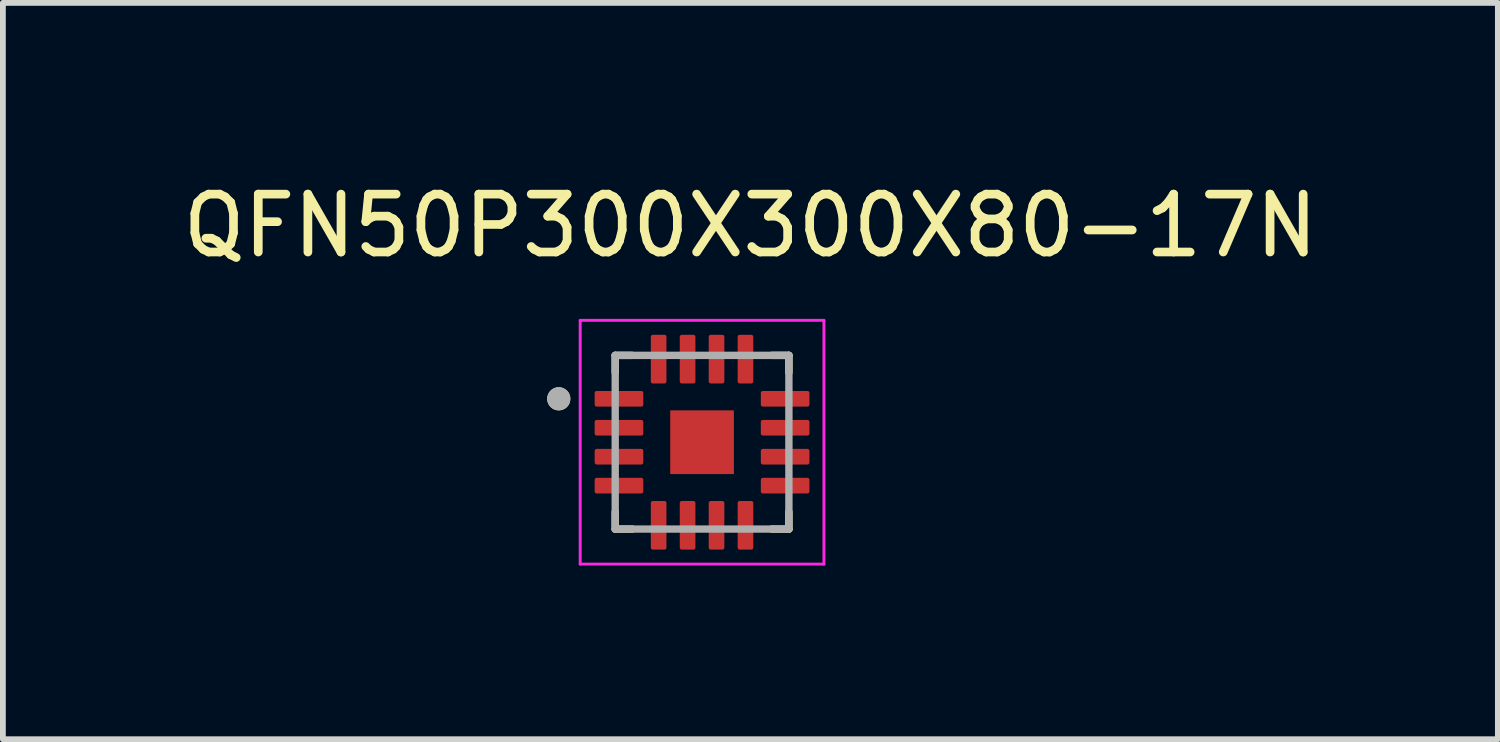
<source format=kicad_pcb>
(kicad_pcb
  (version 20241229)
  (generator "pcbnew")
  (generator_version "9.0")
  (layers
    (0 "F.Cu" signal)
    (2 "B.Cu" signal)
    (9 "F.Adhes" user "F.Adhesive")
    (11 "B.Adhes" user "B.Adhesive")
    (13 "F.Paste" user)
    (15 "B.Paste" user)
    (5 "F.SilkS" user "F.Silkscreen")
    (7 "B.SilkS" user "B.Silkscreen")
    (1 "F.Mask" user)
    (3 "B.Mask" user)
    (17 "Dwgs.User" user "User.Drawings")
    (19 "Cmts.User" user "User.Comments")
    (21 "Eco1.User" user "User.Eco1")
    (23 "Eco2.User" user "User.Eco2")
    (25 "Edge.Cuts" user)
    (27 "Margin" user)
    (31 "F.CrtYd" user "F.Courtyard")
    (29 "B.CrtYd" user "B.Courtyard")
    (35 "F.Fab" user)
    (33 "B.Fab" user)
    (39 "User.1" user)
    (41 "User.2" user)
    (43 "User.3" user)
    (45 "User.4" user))
  (footprint "QFN50P300X300X80-17N"
    (layer "F.Cu")
    (at 9.076 4.588)
    (property "Reference" "QFN50P300X300X80-17N" (at 0.835 -3.74 0) (layer "F.SilkS") (effects (font (size 1 1) (thickness 0.15))))
    (attr smd)
    (fp_line (start -1.5 -1.5) (end -1.5 -1.205) (stroke (width 0.127) (type solid)) (layer "F.SilkS"))
    (fp_line (start -1.5 -1.5) (end -1.205 -1.5) (stroke (width 0.127) (type solid)) (layer "F.SilkS"))
    (fp_line (start -1.5 1.5) (end -1.5 1.205) (stroke (width 0.127) (type solid)) (layer "F.SilkS"))
    (fp_line (start -1.5 1.5) (end -1.205 1.5) (stroke (width 0.127) (type solid)) (layer "F.SilkS"))
    (fp_line (start 1.5 -1.5) (end 1.205 -1.5) (stroke (width 0.127) (type solid)) (layer "F.SilkS"))
    (fp_line (start 1.5 -1.5) (end 1.5 -1.205) (stroke (width 0.127) (type solid)) (layer "F.SilkS"))
    (fp_line (start 1.5 1.5) (end 1.205 1.5) (stroke (width 0.127) (type solid)) (layer "F.SilkS"))
    (fp_line (start 1.5 1.5) (end 1.5 1.205) (stroke (width 0.127) (type solid)) (layer "F.SilkS"))
    (fp_circle (center -2.475 -0.75) (end -2.375 -0.75) (stroke (width 0.2) (type solid)) (fill no) (layer "F.SilkS"))
    (fp_poly (pts (xy -0.35 -0.35) (xy 0.35 -0.35) (xy 0.35 0.35) (xy -0.35 0.35)) (stroke (width 0.01) (type solid)) (fill yes) (layer "F.Paste"))
    (fp_line (start -2.105 -2.105) (end 2.105 -2.105) (stroke (width 0.05) (type solid)) (layer "F.CrtYd"))
    (fp_line (start -2.105 2.105) (end -2.105 -2.105) (stroke (width 0.05) (type solid)) (layer "F.CrtYd"))
    (fp_line (start -2.105 2.105) (end 2.105 2.105) (stroke (width 0.05) (type solid)) (layer "F.CrtYd"))
    (fp_line (start 2.105 2.105) (end 2.105 -2.105) (stroke (width 0.05) (type solid)) (layer "F.CrtYd"))
    (fp_line (start -1.5 1.5) (end -1.5 -1.5) (stroke (width 0.127) (type solid)) (layer "F.Fab"))
    (fp_line (start 1.5 -1.5) (end -1.5 -1.5) (stroke (width 0.127) (type solid)) (layer "F.Fab"))
    (fp_line (start 1.5 1.5) (end -1.5 1.5) (stroke (width 0.127) (type solid)) (layer "F.Fab"))
    (fp_line (start 1.5 1.5) (end 1.5 -1.5) (stroke (width 0.127) (type solid)) (layer "F.Fab"))
    (fp_circle (center -2.475 -0.75) (end -2.375 -0.75) (stroke (width 0.2) (type solid)) (fill no) (layer "F.Fab"))
    (pad "1" smd roundrect (at -1.435 -0.75) (size 0.84 0.27) (layers "F.Cu" "F.Mask" "F.Paste") (roundrect_rratio 0.125))
    (pad "2" smd roundrect (at -1.435 -0.25) (size 0.84 0.27) (layers "F.Cu" "F.Mask" "F.Paste") (roundrect_rratio 0.125))
    (pad "3" smd roundrect (at -1.435 0.25) (size 0.84 0.27) (layers "F.Cu" "F.Mask" "F.Paste") (roundrect_rratio 0.125))
    (pad "4" smd roundrect (at -1.435 0.75) (size 0.84 0.27) (layers "F.Cu" "F.Mask" "F.Paste") (roundrect_rratio 0.125))
    (pad "5" smd roundrect (at -0.75 1.435) (size 0.27 0.84) (layers "F.Cu" "F.Mask" "F.Paste") (roundrect_rratio 0.125))
    (pad "6" smd roundrect (at -0.25 1.435) (size 0.27 0.84) (layers "F.Cu" "F.Mask" "F.Paste") (roundrect_rratio 0.125))
    (pad "7" smd roundrect (at 0.25 1.435) (size 0.27 0.84) (layers "F.Cu" "F.Mask" "F.Paste") (roundrect_rratio 0.125))
    (pad "8" smd roundrect (at 0.75 1.435) (size 0.27 0.84) (layers "F.Cu" "F.Mask" "F.Paste") (roundrect_rratio 0.125))
    (pad "9" smd roundrect (at 1.435 0.75) (size 0.84 0.27) (layers "F.Cu" "F.Mask" "F.Paste") (roundrect_rratio 0.125))
    (pad "10" smd roundrect (at 1.435 0.25) (size 0.84 0.27) (layers "F.Cu" "F.Mask" "F.Paste") (roundrect_rratio 0.125))
    (pad "11" smd roundrect (at 1.435 -0.25) (size 0.84 0.27) (layers "F.Cu" "F.Mask" "F.Paste") (roundrect_rratio 0.125))
    (pad "12" smd roundrect (at 1.435 -0.75) (size 0.84 0.27) (layers "F.Cu" "F.Mask" "F.Paste") (roundrect_rratio 0.125))
    (pad "13" smd roundrect (at 0.75 -1.435) (size 0.27 0.84) (layers "F.Cu" "F.Mask" "F.Paste") (roundrect_rratio 0.125))
    (pad "14" smd roundrect (at 0.25 -1.435) (size 0.27 0.84) (layers "F.Cu" "F.Mask" "F.Paste") (roundrect_rratio 0.125))
    (pad "15" smd roundrect (at -0.25 -1.435) (size 0.27 0.84) (layers "F.Cu" "F.Mask" "F.Paste") (roundrect_rratio 0.125))
    (pad "16" smd roundrect (at -0.75 -1.435) (size 0.27 0.84) (layers "F.Cu" "F.Mask" "F.Paste") (roundrect_rratio 0.125))
    (pad "17" smd rect (at 0 0) (size 1.1 1.1) (layers "F.Cu" "F.Mask")))
  (gr_rect
    (start -3 -3)
    (end 22.821 9.718)
    (stroke (width 0.1) (type default))
    (fill no)
    (layer "Edge.Cuts")))
</source>
